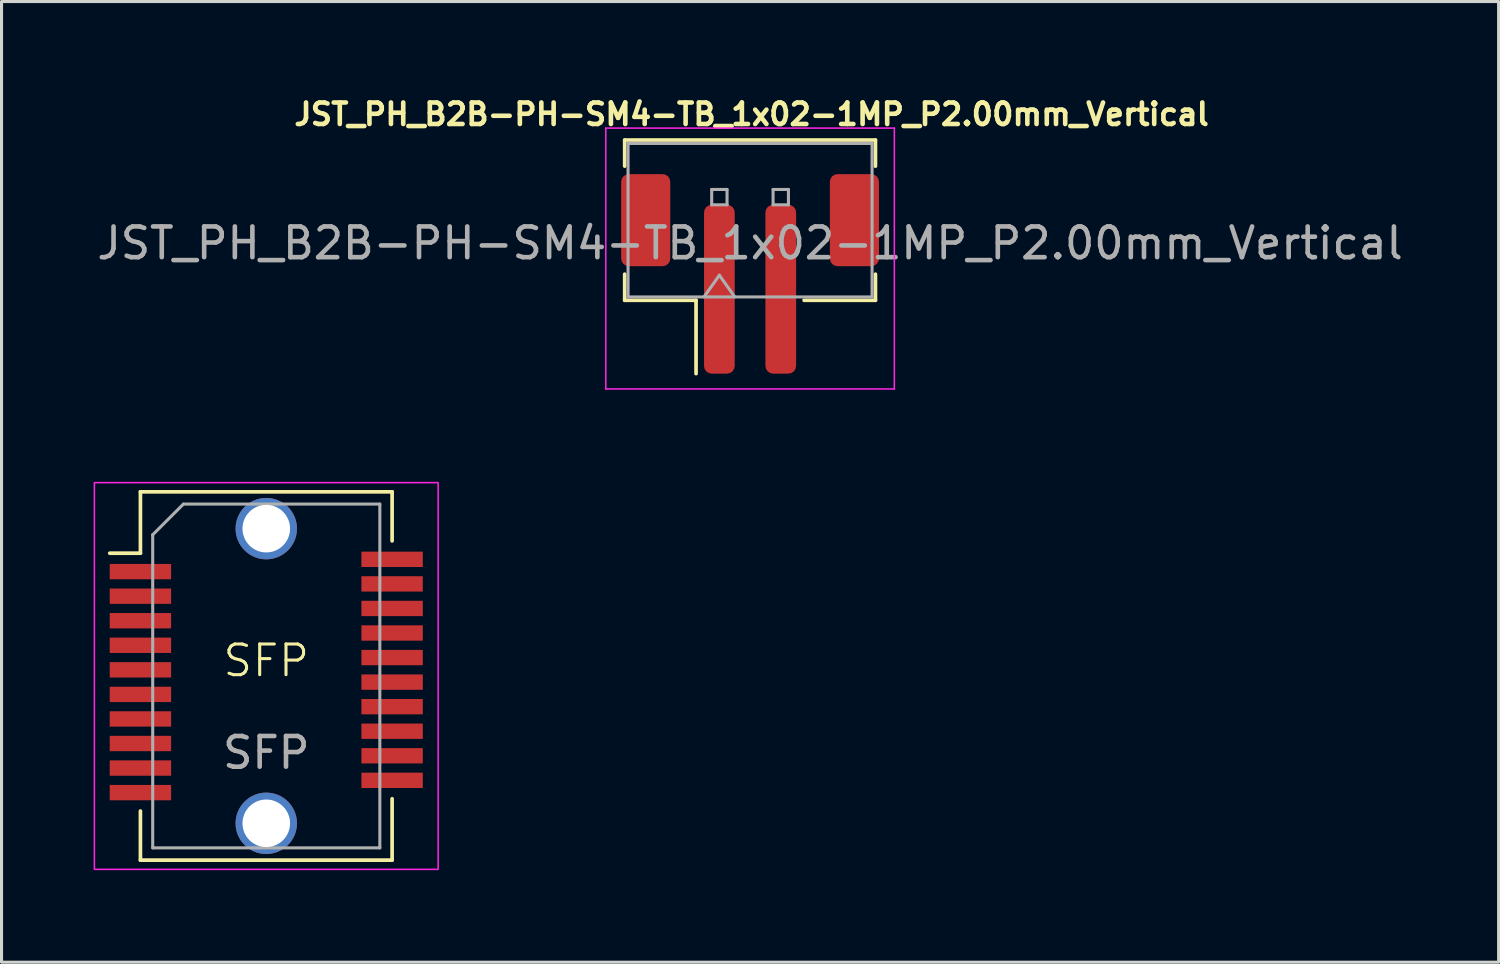
<source format=kicad_pcb>
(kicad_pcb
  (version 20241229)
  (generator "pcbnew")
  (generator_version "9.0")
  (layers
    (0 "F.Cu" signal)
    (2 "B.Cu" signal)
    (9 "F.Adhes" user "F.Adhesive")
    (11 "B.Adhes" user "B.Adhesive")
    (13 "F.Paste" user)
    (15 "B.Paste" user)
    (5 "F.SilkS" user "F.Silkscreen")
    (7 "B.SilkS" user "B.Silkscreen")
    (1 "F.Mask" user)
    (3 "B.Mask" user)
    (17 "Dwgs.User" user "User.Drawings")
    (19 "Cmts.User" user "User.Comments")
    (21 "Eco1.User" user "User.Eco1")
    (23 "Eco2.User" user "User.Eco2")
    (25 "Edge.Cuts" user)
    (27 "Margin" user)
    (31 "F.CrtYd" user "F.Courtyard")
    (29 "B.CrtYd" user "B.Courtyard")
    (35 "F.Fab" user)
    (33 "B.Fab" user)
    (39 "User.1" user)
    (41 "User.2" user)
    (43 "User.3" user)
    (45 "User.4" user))
  (footprint "JST_PH_B2B-PH-SM4-TB_1x02-1MP_P2.00mm_Vertical"
    (layer "F.Cu")
    (at 21.387 5.873)
    (property "Reference" "JST_PH_B2B-PH-SM4-TB_1x02-1MP_P2.00mm_Vertical" (at 0.05 -5.2 0) (layer "F.SilkS") (effects (font (size 0.7 0.7) (thickness 0.15))))
    (attr smd)
    (fp_line (start -4.085 -4.36) (end 4.085 -4.36) (stroke (width 0.12) (type solid)) (layer "F.SilkS"))
    (fp_line (start -4.085 -3.51) (end -4.085 -4.36) (stroke (width 0.12) (type solid)) (layer "F.SilkS"))
    (fp_line (start -4.085 0.01) (end -4.085 0.86) (stroke (width 0.12) (type solid)) (layer "F.SilkS"))
    (fp_line (start -4.085 0.86) (end -1.76 0.86) (stroke (width 0.12) (type solid)) (layer "F.SilkS"))
    (fp_line (start -1.76 0.86) (end -1.76 3.25) (stroke (width 0.12) (type solid)) (layer "F.SilkS"))
    (fp_line (start 4.085 -4.36) (end 4.085 -3.51) (stroke (width 0.12) (type solid)) (layer "F.SilkS"))
    (fp_line (start 4.085 0.01) (end 4.085 0.86) (stroke (width 0.12) (type solid)) (layer "F.SilkS"))
    (fp_line (start 4.085 0.86) (end 1.76 0.86) (stroke (width 0.12) (type solid)) (layer "F.SilkS"))
    (fp_line (start -4.7 -4.75) (end -4.7 3.75) (stroke (width 0.05) (type solid)) (layer "F.CrtYd"))
    (fp_line (start -4.7 3.75) (end 4.7 3.75) (stroke (width 0.05) (type solid)) (layer "F.CrtYd"))
    (fp_line (start 4.7 -4.75) (end -4.7 -4.75) (stroke (width 0.05) (type solid)) (layer "F.CrtYd"))
    (fp_line (start 4.7 3.75) (end 4.7 -4.75) (stroke (width 0.05) (type solid)) (layer "F.CrtYd"))
    (fp_line (start -3.975 -4.25) (end 3.975 -4.25) (stroke (width 0.1) (type solid)) (layer "F.Fab"))
    (fp_line (start -3.975 0.75) (end -3.975 -4.25) (stroke (width 0.1) (type solid)) (layer "F.Fab"))
    (fp_line (start -3.975 0.75) (end 3.975 0.75) (stroke (width 0.1) (type solid)) (layer "F.Fab"))
    (fp_line (start -1.5 0.75) (end -1 0.043) (stroke (width 0.1) (type solid)) (layer "F.Fab"))
    (fp_line (start -1.25 -2.75) (end -1.25 -2.25) (stroke (width 0.1) (type solid)) (layer "F.Fab"))
    (fp_line (start -1.25 -2.25) (end -0.75 -2.25) (stroke (width 0.1) (type solid)) (layer "F.Fab"))
    (fp_line (start -1 0.043) (end -0.5 0.75) (stroke (width 0.1) (type solid)) (layer "F.Fab"))
    (fp_line (start -0.75 -2.75) (end -1.25 -2.75) (stroke (width 0.1) (type solid)) (layer "F.Fab"))
    (fp_line (start -0.75 -2.25) (end -0.75 -2.75) (stroke (width 0.1) (type solid)) (layer "F.Fab"))
    (fp_line (start 0.75 -2.75) (end 0.75 -2.25) (stroke (width 0.1) (type solid)) (layer "F.Fab"))
    (fp_line (start 0.75 -2.25) (end 1.25 -2.25) (stroke (width 0.1) (type solid)) (layer "F.Fab"))
    (fp_line (start 1.25 -2.75) (end 0.75 -2.75) (stroke (width 0.1) (type solid)) (layer "F.Fab"))
    (fp_line (start 1.25 -2.25) (end 1.25 -2.75) (stroke (width 0.1) (type solid)) (layer "F.Fab"))
    (fp_line (start 3.975 0.75) (end 3.975 -4.25) (stroke (width 0.1) (type solid)) (layer "F.Fab"))
    (fp_text user "${REFERENCE}" (at 0 -1 0) (layer "F.Fab") (effects (font (size 1 1) (thickness 0.15))))
    (pad "1" smd roundrect (at -1 0.5) (size 1 5.5) (layers "F.Cu" "F.Mask" "F.Paste") (roundrect_rratio 0.25))
    (pad "2" smd roundrect (at 1 0.5) (size 1 5.5) (layers "F.Cu" "F.Mask" "F.Paste") (roundrect_rratio 0.25))
    (pad "MP" smd roundrect (at -3.4 -1.75) (size 1.6 3) (layers "F.Cu" "F.Mask" "F.Paste") (roundrect_rratio 0.156))
    (pad "MP" smd roundrect (at 3.4 -1.75) (size 1.6 3) (layers "F.Cu" "F.Mask" "F.Paste") (roundrect_rratio 0.156)))
  (footprint "SFP"
    (layer "F.Cu")
    (at 5.625 18.973)
    (property "Reference" "SFP" (at 0 -0.5 0) (unlocked yes) (layer "F.SilkS") (effects (font (size 1 1) (thickness 0.1))))
    (attr smd)
    (fp_line (start -4.1 -6) (end -4.1 -4) (stroke (width 0.12) (type solid)) (layer "F.SilkS"))
    (fp_line (start -4.1 -4) (end -5.1 -4) (stroke (width 0.12) (type solid)) (layer "F.SilkS"))
    (fp_line (start -4.1 4.4) (end -4.1 6) (stroke (width 0.12) (type solid)) (layer "F.SilkS"))
    (fp_line (start 4.1 -6) (end -4.1 -6) (stroke (width 0.12) (type solid)) (layer "F.SilkS"))
    (fp_line (start 4.1 -4.4) (end 4.1 -6) (stroke (width 0.12) (type solid)) (layer "F.SilkS"))
    (fp_line (start 4.1 4) (end 4.1 6) (stroke (width 0.12) (type solid)) (layer "F.SilkS"))
    (fp_line (start 4.1 6) (end -4.1 6) (stroke (width 0.12) (type solid)) (layer "F.SilkS"))
    (fp_rect (start -5.6 -6.3) (end 5.6 6.3) (stroke (width 0.05) (type default)) (fill no) (layer "F.CrtYd"))
    (fp_line (start -3.7 -4.6) (end -3.7 5.6) (stroke (width 0.1) (type solid)) (layer "F.Fab"))
    (fp_line (start -3.7 -4.6) (end -2.7 -5.6) (stroke (width 0.1) (type solid)) (layer "F.Fab"))
    (fp_line (start 3.7 -5.6) (end -2.7 -5.6) (stroke (width 0.1) (type solid)) (layer "F.Fab"))
    (fp_line (start 3.7 -5.6) (end 3.7 5.6) (stroke (width 0.1) (type solid)) (layer "F.Fab"))
    (fp_line (start 3.7 5.6) (end -3.7 5.6) (stroke (width 0.1) (type solid)) (layer "F.Fab"))
    (fp_text user "${REFERENCE}" (at 0 2.5 0) (unlocked yes) (layer "F.Fab") (effects (font (size 1 1) (thickness 0.15))))
    (pad "" np_thru_hole circle (at 0 -4.8) (size 2 2) (drill 1.55) (layers "*.Cu" "*.Mask"))
    (pad "" np_thru_hole circle (at 0 4.8) (size 2 2) (drill 1.55) (layers "*.Cu" "*.Mask"))
    (pad "1" smd rect (at -4.1 -3.4) (size 2 0.5) (layers "F.Cu" "F.Mask" "F.Paste"))
    (pad "2" smd rect (at -4.1 -2.6) (size 2 0.5) (layers "F.Cu" "F.Mask" "F.Paste"))
    (pad "3" smd rect (at -4.1 -1.8) (size 2 0.5) (layers "F.Cu" "F.Mask" "F.Paste"))
    (pad "4" smd rect (at -4.1 -1) (size 2 0.5) (layers "F.Cu" "F.Mask" "F.Paste"))
    (pad "5" smd rect (at -4.1 -0.2) (size 2 0.5) (layers "F.Cu" "F.Mask" "F.Paste"))
    (pad "6" smd rect (at -4.1 0.6) (size 2 0.5) (layers "F.Cu" "F.Mask" "F.Paste"))
    (pad "7" smd rect (at -4.1 1.4) (size 2 0.5) (layers "F.Cu" "F.Mask" "F.Paste"))
    (pad "8" smd rect (at -4.1 2.2) (size 2 0.5) (layers "F.Cu" "F.Mask" "F.Paste"))
    (pad "9" smd rect (at -4.1 3) (size 2 0.5) (layers "F.Cu" "F.Mask" "F.Paste"))
    (pad "10" smd rect (at -4.1 3.8) (size 2 0.5) (layers "F.Cu" "F.Mask" "F.Paste"))
    (pad "11" smd rect (at 4.1 3.4) (size 2 0.5) (layers "F.Cu" "F.Mask" "F.Paste"))
    (pad "12" smd rect (at 4.1 2.6) (size 2 0.5) (layers "F.Cu" "F.Mask" "F.Paste"))
    (pad "13" smd rect (at 4.1 1.8) (size 2 0.5) (layers "F.Cu" "F.Mask" "F.Paste"))
    (pad "14" smd rect (at 4.1 1) (size 2 0.5) (layers "F.Cu" "F.Mask" "F.Paste"))
    (pad "15" smd rect (at 4.1 0.2) (size 2 0.5) (layers "F.Cu" "F.Mask" "F.Paste"))
    (pad "16" smd rect (at 4.1 -0.6) (size 2 0.5) (layers "F.Cu" "F.Mask" "F.Paste"))
    (pad "17" smd rect (at 4.1 -1.4) (size 2 0.5) (layers "F.Cu" "F.Mask" "F.Paste"))
    (pad "18" smd rect (at 4.1 -2.2) (size 2 0.5) (layers "F.Cu" "F.Mask" "F.Paste"))
    (pad "19" smd rect (at 4.1 -3) (size 2 0.5) (layers "F.Cu" "F.Mask" "F.Paste"))
    (pad "20" smd rect (at 4.1 -3.8) (size 2 0.5) (layers "F.Cu" "F.Mask" "F.Paste")))
  (gr_rect
    (start -3 -3)
    (end 45.774 28.298)
    (stroke (width 0.1) (type default))
    (fill no)
    (layer "Edge.Cuts")))
</source>
